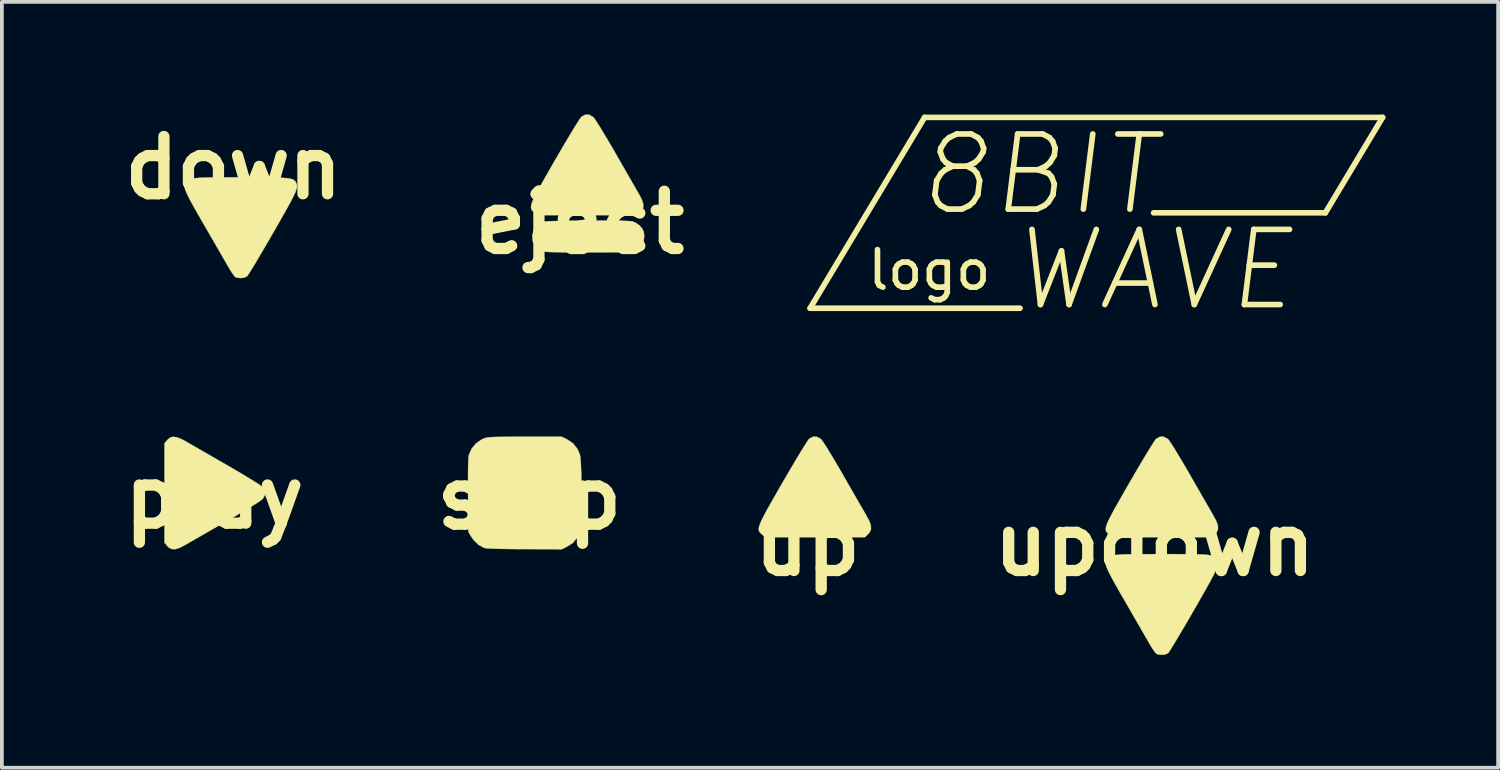
<source format=kicad_pcb>
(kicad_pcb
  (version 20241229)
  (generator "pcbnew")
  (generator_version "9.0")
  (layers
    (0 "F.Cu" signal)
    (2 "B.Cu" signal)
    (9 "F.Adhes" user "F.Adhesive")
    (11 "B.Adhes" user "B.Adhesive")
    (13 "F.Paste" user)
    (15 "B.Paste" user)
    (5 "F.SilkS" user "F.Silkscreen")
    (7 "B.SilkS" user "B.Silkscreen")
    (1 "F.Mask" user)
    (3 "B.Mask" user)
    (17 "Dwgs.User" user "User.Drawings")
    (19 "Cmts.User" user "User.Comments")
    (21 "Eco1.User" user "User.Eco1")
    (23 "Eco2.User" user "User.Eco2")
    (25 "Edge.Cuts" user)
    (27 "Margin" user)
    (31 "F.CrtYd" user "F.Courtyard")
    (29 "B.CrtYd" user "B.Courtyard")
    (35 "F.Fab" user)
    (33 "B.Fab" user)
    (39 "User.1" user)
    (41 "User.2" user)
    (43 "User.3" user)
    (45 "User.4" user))
  (footprint "logo"
    (layer "F.Cu")
    (at 26.134 1.599)
    (property "Reference" "logo" (at -4.445 2.54 0) (layer "F.SilkS") (effects (font (size 1 1) (thickness 0.15))))
    (attr through_hole)
    (fp_line (start -7.62 3.556) (end -4.572 -1.524) (stroke (width 0.15) (type solid)) (layer "F.SilkS"))
    (fp_line (start -7.62 3.556) (end -2.032 3.556) (stroke (width 0.15) (type solid)) (layer "F.SilkS"))
    (fp_line (start 1.524 1.016) (end 6.096 1.016) (stroke (width 0.15) (type solid)) (layer "F.SilkS"))
    (fp_line (start 6.096 1.016) (end 7.62 -1.524) (stroke (width 0.15) (type solid)) (layer "F.SilkS"))
    (fp_line (start 7.62 -1.524) (end -4.572 -1.524) (stroke (width 0.15) (type solid)) (layer "F.SilkS"))
    (fp_text user "WAVE" (at 1.524 2.54 0) (layer "F.SilkS") (effects (font (size 2 2) (thickness 0.15) (italic yes))))
    (fp_text user "8BIT" (at -1.524 0 0) (layer "F.SilkS") (effects (font (size 2 2) (thickness 0.15) (italic yes)))))
  (footprint "stop"
    (layer "F.Cu")
    (at 11.041 10.214)
    (property "Reference" "stop" (at 0 0 0) (layer "F.SilkS") (effects (font (size 1.524 1.524) (thickness 0.3))))
    (attr through_hole)
    (fp_poly (pts (xy 1.008 -1.565) (xy 1.166 -1.457) (xy 1.281 -1.311) (xy 1.344 -1.164) (xy 1.357 -1.092) (xy 1.367 -0.973) (xy 1.375 -0.816) (xy 1.381 -0.629) (xy 1.384 -0.422) (xy 1.386 -0.203) (xy 1.385 0.019) (xy 1.383 0.234) (xy 1.378 0.434) (xy 1.371 0.609) (xy 1.362 0.751) (xy 1.35 0.851) (xy 1.343 0.886) (xy 1.267 1.058) (xy 1.151 1.191) (xy 1.011 1.281) (xy 0.864 1.355) (xy -0.125 1.352) (xy -0.406 1.351) (xy -0.652 1.348) (xy -0.857 1.343) (xy -1.018 1.337) (xy -1.132 1.33) (xy -1.194 1.322) (xy -1.199 1.321) (xy -1.352 1.239) (xy -1.484 1.11) (xy -1.545 1.022) (xy -1.623 0.889) (xy -1.631 -0.077) (xy -1.633 -0.368) (xy -1.632 -0.62) (xy -1.629 -0.827) (xy -1.625 -0.988) (xy -1.618 -1.098) (xy -1.61 -1.152) (xy -1.539 -1.315) (xy -1.424 -1.456) (xy -1.279 -1.56) (xy -1.261 -1.568) (xy -1.221 -1.586) (xy -1.184 -1.601) (xy -1.141 -1.612) (xy -1.088 -1.621) (xy -1.018 -1.627) (xy -0.924 -1.632) (xy -0.801 -1.634) (xy -0.641 -1.636) (xy -0.44 -1.636) (xy -0.189 -1.637) (xy -0.125 -1.637) (xy 0.864 -1.637) (xy 1.008 -1.565)) (stroke (width 0.01) (type solid)) (fill yes) (layer "F.SilkS")))
  (footprint "updown"
    (layer "F.Cu")
    (at 27.683 11.447)
    (property "Reference" "updown" (at 0 0 0) (layer "F.SilkS") (effects (font (size 1.524 1.524) (thickness 0.3))))
    (attr through_hole)
    (fp_poly (pts (xy 0.246 -2.87) (xy 0.347 -2.815) (xy 0.363 -2.801) (xy 0.396 -2.759) (xy 0.453 -2.674) (xy 0.53 -2.552) (xy 0.623 -2.399) (xy 0.729 -2.222) (xy 0.844 -2.027) (xy 0.947 -1.849) (xy 1.069 -1.636) (xy 1.188 -1.429) (xy 1.298 -1.236) (xy 1.397 -1.065) (xy 1.479 -0.922) (xy 1.541 -0.815) (xy 1.571 -0.763) (xy 1.648 -0.617) (xy 1.686 -0.503) (xy 1.689 -0.411) (xy 1.655 -0.332) (xy 1.611 -0.28) (xy 1.528 -0.198) (xy -1.125 -0.198) (xy -1.211 -0.271) (xy -1.248 -0.303) (xy -1.276 -0.336) (xy -1.294 -0.372) (xy -1.299 -0.417) (xy -1.29 -0.475) (xy -1.265 -0.55) (xy -1.223 -0.647) (xy -1.161 -0.77) (xy -1.079 -0.923) (xy -0.973 -1.112) (xy -0.843 -1.34) (xy -0.687 -1.612) (xy -0.664 -1.651) (xy -0.53 -1.881) (xy -0.403 -2.098) (xy -0.286 -2.295) (xy -0.181 -2.469) (xy -0.092 -2.613) (xy -0.022 -2.723) (xy 0.025 -2.792) (xy 0.044 -2.815) (xy 0.142 -2.87) (xy 0.246 -2.87)) (stroke (width 0.01) (type solid)) (fill yes) (layer "F.SilkS"))
    (fp_poly (pts (xy 0.514 0.254) (xy 0.78 0.255) (xy 0.998 0.257) (xy 1.175 0.261) (xy 1.315 0.267) (xy 1.423 0.276) (xy 1.504 0.288) (xy 1.562 0.303) (xy 1.603 0.322) (xy 1.632 0.345) (xy 1.653 0.374) (xy 1.663 0.391) (xy 1.68 0.427) (xy 1.689 0.464) (xy 1.69 0.507) (xy 1.679 0.561) (xy 1.655 0.631) (xy 1.616 0.72) (xy 1.559 0.833) (xy 1.483 0.976) (xy 1.385 1.151) (xy 1.264 1.365) (xy 1.118 1.621) (xy 1.056 1.728) (xy 0.923 1.958) (xy 0.797 2.174) (xy 0.681 2.371) (xy 0.578 2.544) (xy 0.491 2.687) (xy 0.424 2.795) (xy 0.379 2.863) (xy 0.361 2.886) (xy 0.287 2.921) (xy 0.188 2.934) (xy 0.092 2.922) (xy 0.052 2.906) (xy 0.018 2.87) (xy -0.034 2.798) (xy -0.096 2.701) (xy -0.129 2.646) (xy -0.174 2.566) (xy -0.244 2.446) (xy -0.333 2.291) (xy -0.438 2.109) (xy -0.554 1.909) (xy -0.676 1.697) (xy -0.78 1.518) (xy -0.922 1.272) (xy -1.037 1.069) (xy -1.128 0.905) (xy -1.197 0.773) (xy -1.246 0.67) (xy -1.278 0.59) (xy -1.294 0.528) (xy -1.296 0.478) (xy -1.288 0.436) (xy -1.27 0.396) (xy -1.268 0.391) (xy -1.249 0.36) (xy -1.225 0.334) (xy -1.191 0.312) (xy -1.142 0.295) (xy -1.074 0.282) (xy -0.981 0.272) (xy -0.859 0.264) (xy -0.703 0.259) (xy -0.507 0.256) (xy -0.267 0.255) (xy 0.022 0.254) (xy 0.198 0.254) (xy 0.514 0.254)) (stroke (width 0.01) (type solid)) (fill yes) (layer "F.SilkS")))
  (footprint "up"
    (layer "F.Cu")
    (at 18.446 11.447)
    (property "Reference" "up" (at 0 0 0) (layer "F.SilkS") (effects (font (size 1.524 1.524) (thickness 0.3))))
    (attr through_hole)
    (fp_poly (pts (xy 0.246 -2.87) (xy 0.347 -2.815) (xy 0.363 -2.801) (xy 0.396 -2.759) (xy 0.453 -2.674) (xy 0.53 -2.552) (xy 0.623 -2.399) (xy 0.729 -2.222) (xy 0.844 -2.027) (xy 0.947 -1.849) (xy 1.069 -1.636) (xy 1.188 -1.429) (xy 1.298 -1.236) (xy 1.397 -1.065) (xy 1.479 -0.922) (xy 1.541 -0.815) (xy 1.571 -0.763) (xy 1.648 -0.617) (xy 1.686 -0.503) (xy 1.689 -0.411) (xy 1.655 -0.332) (xy 1.611 -0.28) (xy 1.528 -0.198) (xy -1.125 -0.198) (xy -1.211 -0.271) (xy -1.248 -0.303) (xy -1.276 -0.336) (xy -1.294 -0.372) (xy -1.299 -0.417) (xy -1.29 -0.475) (xy -1.265 -0.55) (xy -1.223 -0.647) (xy -1.161 -0.77) (xy -1.079 -0.923) (xy -0.973 -1.112) (xy -0.843 -1.34) (xy -0.687 -1.612) (xy -0.664 -1.651) (xy -0.53 -1.881) (xy -0.403 -2.098) (xy -0.286 -2.295) (xy -0.181 -2.469) (xy -0.092 -2.613) (xy -0.022 -2.723) (xy 0.025 -2.792) (xy 0.044 -2.815) (xy 0.142 -2.87) (xy 0.246 -2.87)) (stroke (width 0.01) (type solid)) (fill yes) (layer "F.SilkS")))
  (footprint "eject"
    (layer "F.Cu")
    (at 12.384 2.875)
    (property "Reference" "eject" (at 0 0 0) (layer "F.SilkS") (effects (font (size 1.524 1.524) (thickness 0.3))))
    (attr through_hole)
    (fp_poly (pts (xy 0.246 -2.87) (xy 0.347 -2.815) (xy 0.363 -2.801) (xy 0.396 -2.759) (xy 0.453 -2.674) (xy 0.53 -2.552) (xy 0.623 -2.399) (xy 0.729 -2.222) (xy 0.844 -2.027) (xy 0.947 -1.849) (xy 1.069 -1.636) (xy 1.188 -1.429) (xy 1.298 -1.236) (xy 1.397 -1.065) (xy 1.479 -0.922) (xy 1.541 -0.815) (xy 1.571 -0.763) (xy 1.648 -0.617) (xy 1.686 -0.503) (xy 1.689 -0.411) (xy 1.655 -0.332) (xy 1.611 -0.28) (xy 1.528 -0.198) (xy -1.125 -0.198) (xy -1.211 -0.271) (xy -1.248 -0.303) (xy -1.276 -0.336) (xy -1.294 -0.372) (xy -1.299 -0.417) (xy -1.29 -0.475) (xy -1.265 -0.55) (xy -1.223 -0.647) (xy -1.161 -0.77) (xy -1.079 -0.923) (xy -0.973 -1.112) (xy -0.843 -1.34) (xy -0.687 -1.612) (xy -0.664 -1.651) (xy -0.53 -1.881) (xy -0.403 -2.098) (xy -0.286 -2.295) (xy -0.181 -2.469) (xy -0.092 -2.613) (xy -0.022 -2.723) (xy 0.025 -2.792) (xy 0.044 -2.815) (xy 0.142 -2.87) (xy 0.246 -2.87)) (stroke (width 0.01) (type solid)) (fill yes) (layer "F.SilkS"))
    (fp_poly (pts (xy 0.746 -0.052) (xy 0.976 -0.05) (xy 1.161 -0.046) (xy 1.298 -0.041) (xy 1.383 -0.034) (xy 1.405 -0.03) (xy 1.492 0.009) (xy 1.581 0.072) (xy 1.607 0.097) (xy 1.669 0.172) (xy 1.701 0.248) (xy 1.714 0.345) (xy 1.702 0.498) (xy 1.643 0.624) (xy 1.533 0.724) (xy 1.517 0.734) (xy 1.493 0.748) (xy 1.464 0.759) (xy 1.427 0.768) (xy 1.375 0.775) (xy 1.303 0.78) (xy 1.205 0.784) (xy 1.077 0.787) (xy 0.913 0.789) (xy 0.708 0.79) (xy 0.455 0.79) (xy 0.226 0.79) (xy -0.066 0.79) (xy -0.308 0.789) (xy -0.503 0.788) (xy -0.659 0.787) (xy -0.779 0.784) (xy -0.87 0.779) (xy -0.937 0.774) (xy -0.985 0.766) (xy -1.02 0.756) (xy -1.047 0.745) (xy -1.066 0.734) (xy -1.182 0.635) (xy -1.248 0.512) (xy -1.263 0.361) (xy -1.263 0.351) (xy -1.23 0.202) (xy -1.155 0.086) (xy -1.058 0.009) (xy -1.033 -0.004) (xy -1.002 -0.014) (xy -0.958 -0.023) (xy -0.896 -0.03) (xy -0.811 -0.036) (xy -0.697 -0.04) (xy -0.549 -0.043) (xy -0.361 -0.046) (xy -0.128 -0.048) (xy 0.157 -0.051) (xy 0.162 -0.051) (xy 0.473 -0.052) (xy 0.746 -0.052)) (stroke (width 0.01) (type solid)) (fill yes) (layer "F.SilkS")))
  (footprint "down"
    (layer "F.Cu")
    (at 3.164 1.418)
    (property "Reference" "down" (at 0 0 0) (layer "F.SilkS") (effects (font (size 1.524 1.524) (thickness 0.3))))
    (attr through_hole)
    (fp_poly (pts (xy 0.514 0.254) (xy 0.78 0.255) (xy 0.998 0.257) (xy 1.175 0.261) (xy 1.315 0.267) (xy 1.423 0.276) (xy 1.504 0.288) (xy 1.562 0.303) (xy 1.603 0.322) (xy 1.632 0.345) (xy 1.653 0.374) (xy 1.663 0.391) (xy 1.68 0.427) (xy 1.689 0.464) (xy 1.69 0.507) (xy 1.679 0.561) (xy 1.655 0.631) (xy 1.616 0.72) (xy 1.559 0.833) (xy 1.483 0.976) (xy 1.385 1.151) (xy 1.264 1.365) (xy 1.118 1.621) (xy 1.056 1.728) (xy 0.923 1.958) (xy 0.797 2.174) (xy 0.681 2.371) (xy 0.578 2.544) (xy 0.491 2.687) (xy 0.424 2.795) (xy 0.379 2.863) (xy 0.361 2.886) (xy 0.287 2.921) (xy 0.188 2.934) (xy 0.092 2.922) (xy 0.052 2.906) (xy 0.018 2.87) (xy -0.034 2.798) (xy -0.096 2.701) (xy -0.129 2.646) (xy -0.174 2.566) (xy -0.244 2.446) (xy -0.333 2.291) (xy -0.438 2.109) (xy -0.554 1.909) (xy -0.676 1.697) (xy -0.78 1.518) (xy -0.922 1.272) (xy -1.037 1.069) (xy -1.128 0.905) (xy -1.197 0.773) (xy -1.246 0.67) (xy -1.278 0.59) (xy -1.294 0.528) (xy -1.296 0.478) (xy -1.288 0.436) (xy -1.27 0.396) (xy -1.268 0.391) (xy -1.249 0.36) (xy -1.225 0.334) (xy -1.191 0.312) (xy -1.142 0.295) (xy -1.074 0.282) (xy -0.981 0.272) (xy -0.859 0.264) (xy -0.703 0.259) (xy -0.507 0.256) (xy -0.267 0.255) (xy 0.022 0.254) (xy 0.198 0.254) (xy 0.514 0.254)) (stroke (width 0.01) (type solid)) (fill yes) (layer "F.SilkS")))
  (footprint "play"
    (layer "F.Cu")
    (at 2.656 10.187)
    (property "Reference" "play" (at 0 0 0) (layer "F.SilkS") (effects (font (size 1.524 1.524) (thickness 0.3))))
    (attr through_hole)
    (fp_poly (pts (xy -0.997 -1.596) (xy -0.868 -1.544) (xy -0.761 -1.486) (xy -0.687 -1.443) (xy -0.571 -1.376) (xy -0.421 -1.29) (xy -0.244 -1.188) (xy -0.046 -1.074) (xy 0.164 -0.953) (xy 0.346 -0.848) (xy 0.553 -0.728) (xy 0.747 -0.614) (xy 0.92 -0.509) (xy 1.068 -0.418) (xy 1.185 -0.344) (xy 1.264 -0.29) (xy 1.299 -0.261) (xy 1.348 -0.159) (xy 1.343 -0.054) (xy 1.283 0.046) (xy 1.277 0.052) (xy 1.235 0.085) (xy 1.15 0.142) (xy 1.028 0.218) (xy 0.875 0.312) (xy 0.698 0.418) (xy 0.502 0.533) (xy 0.31 0.643) (xy 0.097 0.765) (xy -0.11 0.884) (xy -0.302 0.994) (xy -0.472 1.092) (xy -0.614 1.174) (xy -0.72 1.235) (xy -0.776 1.268) (xy -0.925 1.345) (xy -1.044 1.381) (xy -1.139 1.377) (xy -1.218 1.333) (xy -1.253 1.296) (xy -1.326 1.209) (xy -1.326 -1.435) (xy -1.253 -1.522) (xy -1.182 -1.585) (xy -1.099 -1.61) (xy -0.997 -1.596)) (stroke (width 0.01) (type solid)) (fill yes) (layer "F.SilkS")))
  (gr_rect
    (start -3 -3)
    (end 36.829 17.386)
    (stroke (width 0.1) (type default))
    (fill no)
    (layer "Edge.Cuts")))
</source>
